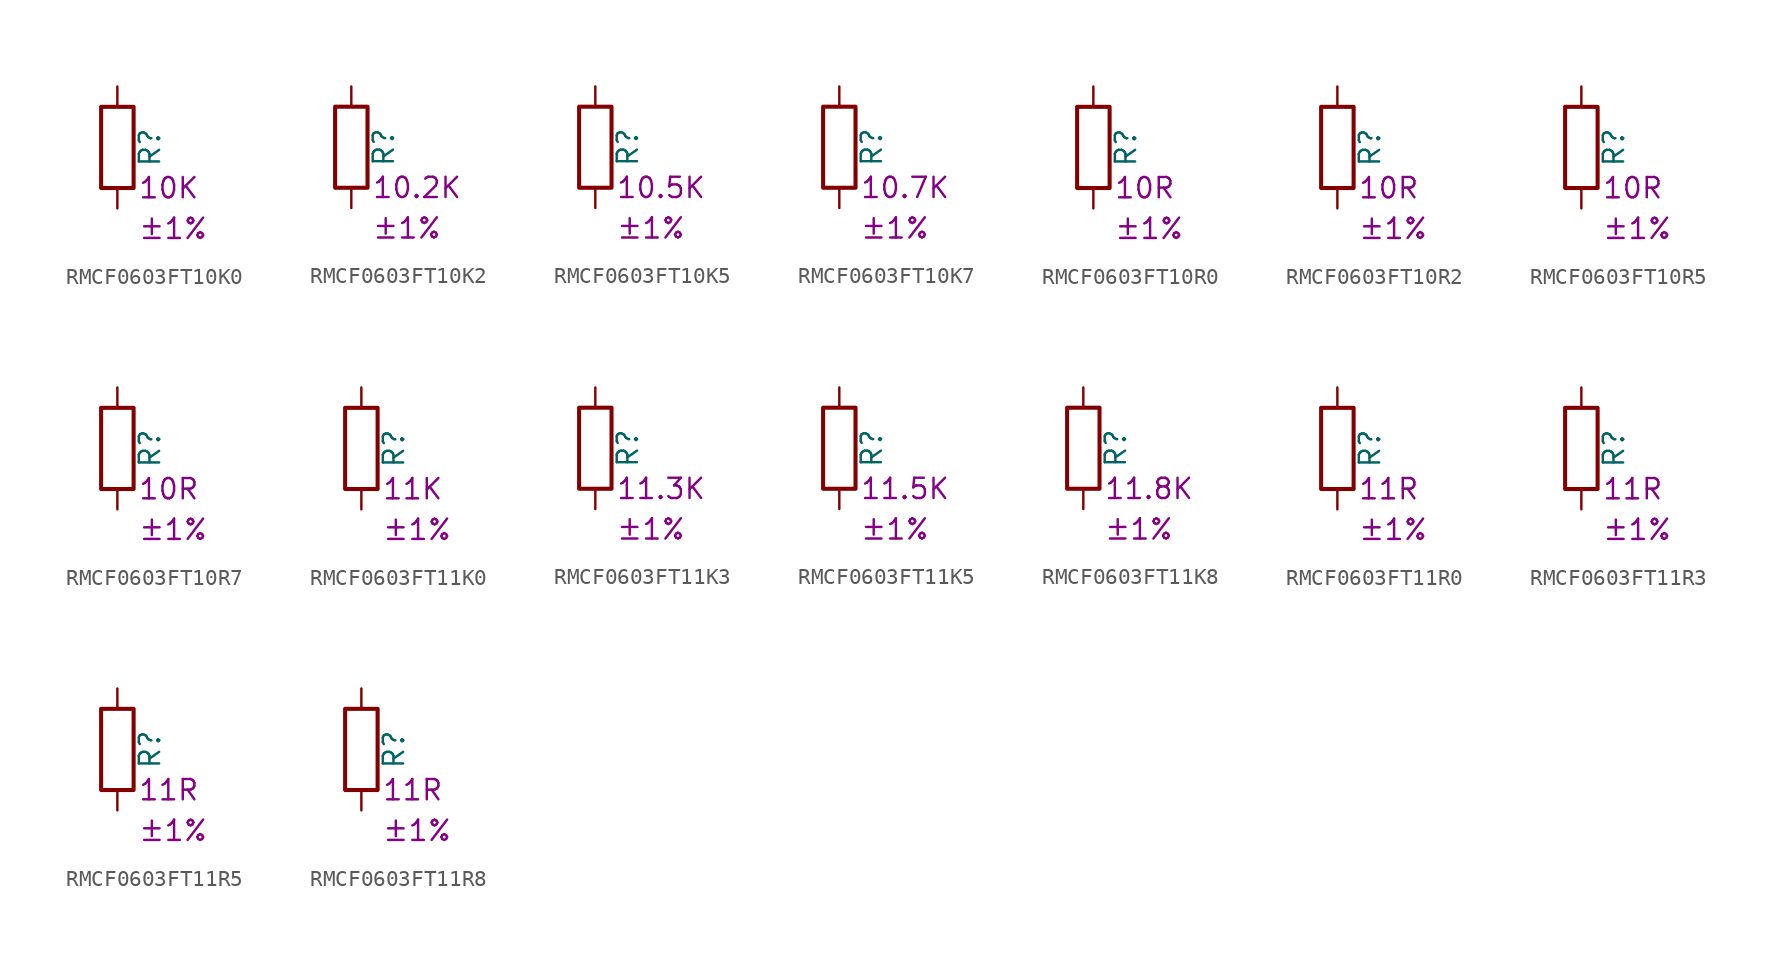
<source format=kicad_sym>
(kicad_symbol_lib
  (version 20220914)
  (generator kicad_symbol_editor)
  (symbol "RMCF0603FT10K0"
    (pin_numbers hide)
    (pin_names
      (offset 0))
    (property "Reference" "R"
      (at 2.032 0 90)
      (effects (font (size 1.27 1.27))))
    (property "Resistance" "10K"
      (at 1.27 -2.54 0)
      (effects (font (size 1.27 1.27)) (justify left)))
    (property "Tolerance" "±1%"
      (at 1.27 -5.08 0)
      (effects (font (size 1.27 1.27)) (justify left)))
    (symbol "RMCF0603FT10K0_0_1"
      (rectangle (start -1.016 -2.54) (end 1.016 2.54) (stroke (width 0.254) (type default)) (fill (type none))))
    (symbol "RMCF0603FT10K0_1_1"
      (pin passive line (at 0 3.81 270) (length 1.27) (name "~" (effects (font (size 1.27 1.27)))) (number "1" (effects (font (size 1.27 1.27)))))
      (pin passive line (at 0 -3.81 90) (length 1.27) (name "~" (effects (font (size 1.27 1.27)))) (number "2" (effects (font (size 1.27 1.27)))))))
  (symbol "RMCF0603FT10K2"
    (pin_numbers hide)
    (pin_names
      (offset 0))
    (property "Reference" "R"
      (at 2.032 0 90)
      (effects (font (size 1.27 1.27))))
    (property "Resistance" "10.2K"
      (at 1.27 -2.54 0)
      (effects (font (size 1.27 1.27)) (justify left)))
    (property "Tolerance" "±1%"
      (at 1.27 -5.08 0)
      (effects (font (size 1.27 1.27)) (justify left)))
    (symbol "RMCF0603FT10K2_0_1"
      (rectangle (start -1.016 -2.54) (end 1.016 2.54) (stroke (width 0.254) (type default)) (fill (type none))))
    (symbol "RMCF0603FT10K2_1_1"
      (pin passive line (at 0 3.81 270) (length 1.27) (name "~" (effects (font (size 1.27 1.27)))) (number "1" (effects (font (size 1.27 1.27)))))
      (pin passive line (at 0 -3.81 90) (length 1.27) (name "~" (effects (font (size 1.27 1.27)))) (number "2" (effects (font (size 1.27 1.27)))))))
  (symbol "RMCF0603FT10K5"
    (pin_numbers hide)
    (pin_names
      (offset 0))
    (property "Reference" "R"
      (at 2.032 0 90)
      (effects (font (size 1.27 1.27))))
    (property "Resistance" "10.5K"
      (at 1.27 -2.54 0)
      (effects (font (size 1.27 1.27)) (justify left)))
    (property "Tolerance" "±1%"
      (at 1.27 -5.08 0)
      (effects (font (size 1.27 1.27)) (justify left)))
    (symbol "RMCF0603FT10K5_0_1"
      (rectangle (start -1.016 -2.54) (end 1.016 2.54) (stroke (width 0.254) (type default)) (fill (type none))))
    (symbol "RMCF0603FT10K5_1_1"
      (pin passive line (at 0 3.81 270) (length 1.27) (name "~" (effects (font (size 1.27 1.27)))) (number "1" (effects (font (size 1.27 1.27)))))
      (pin passive line (at 0 -3.81 90) (length 1.27) (name "~" (effects (font (size 1.27 1.27)))) (number "2" (effects (font (size 1.27 1.27)))))))
  (symbol "RMCF0603FT10K7"
    (pin_numbers hide)
    (pin_names
      (offset 0))
    (property "Reference" "R"
      (at 2.032 0 90)
      (effects (font (size 1.27 1.27))))
    (property "Resistance" "10.7K"
      (at 1.27 -2.54 0)
      (effects (font (size 1.27 1.27)) (justify left)))
    (property "Tolerance" "±1%"
      (at 1.27 -5.08 0)
      (effects (font (size 1.27 1.27)) (justify left)))
    (symbol "RMCF0603FT10K7_0_1"
      (rectangle (start -1.016 -2.54) (end 1.016 2.54) (stroke (width 0.254) (type default)) (fill (type none))))
    (symbol "RMCF0603FT10K7_1_1"
      (pin passive line (at 0 3.81 270) (length 1.27) (name "~" (effects (font (size 1.27 1.27)))) (number "1" (effects (font (size 1.27 1.27)))))
      (pin passive line (at 0 -3.81 90) (length 1.27) (name "~" (effects (font (size 1.27 1.27)))) (number "2" (effects (font (size 1.27 1.27)))))))
  (symbol "RMCF0603FT10R0"
    (pin_numbers hide)
    (pin_names
      (offset 0))
    (property "Reference" "R"
      (at 2.032 0 90)
      (effects (font (size 1.27 1.27))))
    (property "Resistance" "10R"
      (at 1.27 -2.54 0)
      (effects (font (size 1.27 1.27)) (justify left)))
    (property "Tolerance" "±1%"
      (at 1.27 -5.08 0)
      (effects (font (size 1.27 1.27)) (justify left)))
    (symbol "RMCF0603FT10R0_0_1"
      (rectangle (start -1.016 -2.54) (end 1.016 2.54) (stroke (width 0.254) (type default)) (fill (type none))))
    (symbol "RMCF0603FT10R0_1_1"
      (pin passive line (at 0 3.81 270) (length 1.27) (name "~" (effects (font (size 1.27 1.27)))) (number "1" (effects (font (size 1.27 1.27)))))
      (pin passive line (at 0 -3.81 90) (length 1.27) (name "~" (effects (font (size 1.27 1.27)))) (number "2" (effects (font (size 1.27 1.27)))))))
  (symbol "RMCF0603FT10R2"
    (pin_numbers hide)
    (pin_names
      (offset 0))
    (property "Reference" "R"
      (at 2.032 0 90)
      (effects (font (size 1.27 1.27))))
    (property "Resistance" "10R"
      (at 1.27 -2.54 0)
      (effects (font (size 1.27 1.27)) (justify left)))
    (property "Tolerance" "±1%"
      (at 1.27 -5.08 0)
      (effects (font (size 1.27 1.27)) (justify left)))
    (symbol "RMCF0603FT10R2_0_1"
      (rectangle (start -1.016 -2.54) (end 1.016 2.54) (stroke (width 0.254) (type default)) (fill (type none))))
    (symbol "RMCF0603FT10R2_1_1"
      (pin passive line (at 0 3.81 270) (length 1.27) (name "~" (effects (font (size 1.27 1.27)))) (number "1" (effects (font (size 1.27 1.27)))))
      (pin passive line (at 0 -3.81 90) (length 1.27) (name "~" (effects (font (size 1.27 1.27)))) (number "2" (effects (font (size 1.27 1.27)))))))
  (symbol "RMCF0603FT10R5"
    (pin_numbers hide)
    (pin_names
      (offset 0))
    (property "Reference" "R"
      (at 2.032 0 90)
      (effects (font (size 1.27 1.27))))
    (property "Resistance" "10R"
      (at 1.27 -2.54 0)
      (effects (font (size 1.27 1.27)) (justify left)))
    (property "Tolerance" "±1%"
      (at 1.27 -5.08 0)
      (effects (font (size 1.27 1.27)) (justify left)))
    (symbol "RMCF0603FT10R5_0_1"
      (rectangle (start -1.016 -2.54) (end 1.016 2.54) (stroke (width 0.254) (type default)) (fill (type none))))
    (symbol "RMCF0603FT10R5_1_1"
      (pin passive line (at 0 3.81 270) (length 1.27) (name "~" (effects (font (size 1.27 1.27)))) (number "1" (effects (font (size 1.27 1.27)))))
      (pin passive line (at 0 -3.81 90) (length 1.27) (name "~" (effects (font (size 1.27 1.27)))) (number "2" (effects (font (size 1.27 1.27)))))))
  (symbol "RMCF0603FT10R7"
    (pin_numbers hide)
    (pin_names
      (offset 0))
    (property "Reference" "R"
      (at 2.032 0 90)
      (effects (font (size 1.27 1.27))))
    (property "Resistance" "10R"
      (at 1.27 -2.54 0)
      (effects (font (size 1.27 1.27)) (justify left)))
    (property "Tolerance" "±1%"
      (at 1.27 -5.08 0)
      (effects (font (size 1.27 1.27)) (justify left)))
    (symbol "RMCF0603FT10R7_0_1"
      (rectangle (start -1.016 -2.54) (end 1.016 2.54) (stroke (width 0.254) (type default)) (fill (type none))))
    (symbol "RMCF0603FT10R7_1_1"
      (pin passive line (at 0 3.81 270) (length 1.27) (name "~" (effects (font (size 1.27 1.27)))) (number "1" (effects (font (size 1.27 1.27)))))
      (pin passive line (at 0 -3.81 90) (length 1.27) (name "~" (effects (font (size 1.27 1.27)))) (number "2" (effects (font (size 1.27 1.27)))))))
  (symbol "RMCF0603FT11K0"
    (pin_numbers hide)
    (pin_names
      (offset 0))
    (property "Reference" "R"
      (at 2.032 0 90)
      (effects (font (size 1.27 1.27))))
    (property "Resistance" "11K"
      (at 1.27 -2.54 0)
      (effects (font (size 1.27 1.27)) (justify left)))
    (property "Tolerance" "±1%"
      (at 1.27 -5.08 0)
      (effects (font (size 1.27 1.27)) (justify left)))
    (symbol "RMCF0603FT11K0_0_1"
      (rectangle (start -1.016 -2.54) (end 1.016 2.54) (stroke (width 0.254) (type default)) (fill (type none))))
    (symbol "RMCF0603FT11K0_1_1"
      (pin passive line (at 0 3.81 270) (length 1.27) (name "~" (effects (font (size 1.27 1.27)))) (number "1" (effects (font (size 1.27 1.27)))))
      (pin passive line (at 0 -3.81 90) (length 1.27) (name "~" (effects (font (size 1.27 1.27)))) (number "2" (effects (font (size 1.27 1.27)))))))
  (symbol "RMCF0603FT11K3"
    (pin_numbers hide)
    (pin_names
      (offset 0))
    (property "Reference" "R"
      (at 2.032 0 90)
      (effects (font (size 1.27 1.27))))
    (property "Resistance" "11.3K"
      (at 1.27 -2.54 0)
      (effects (font (size 1.27 1.27)) (justify left)))
    (property "Tolerance" "±1%"
      (at 1.27 -5.08 0)
      (effects (font (size 1.27 1.27)) (justify left)))
    (symbol "RMCF0603FT11K3_0_1"
      (rectangle (start -1.016 -2.54) (end 1.016 2.54) (stroke (width 0.254) (type default)) (fill (type none))))
    (symbol "RMCF0603FT11K3_1_1"
      (pin passive line (at 0 3.81 270) (length 1.27) (name "~" (effects (font (size 1.27 1.27)))) (number "1" (effects (font (size 1.27 1.27)))))
      (pin passive line (at 0 -3.81 90) (length 1.27) (name "~" (effects (font (size 1.27 1.27)))) (number "2" (effects (font (size 1.27 1.27)))))))
  (symbol "RMCF0603FT11K5"
    (pin_numbers hide)
    (pin_names
      (offset 0))
    (property "Reference" "R"
      (at 2.032 0 90)
      (effects (font (size 1.27 1.27))))
    (property "Resistance" "11.5K"
      (at 1.27 -2.54 0)
      (effects (font (size 1.27 1.27)) (justify left)))
    (property "Tolerance" "±1%"
      (at 1.27 -5.08 0)
      (effects (font (size 1.27 1.27)) (justify left)))
    (symbol "RMCF0603FT11K5_0_1"
      (rectangle (start -1.016 -2.54) (end 1.016 2.54) (stroke (width 0.254) (type default)) (fill (type none))))
    (symbol "RMCF0603FT11K5_1_1"
      (pin passive line (at 0 3.81 270) (length 1.27) (name "~" (effects (font (size 1.27 1.27)))) (number "1" (effects (font (size 1.27 1.27)))))
      (pin passive line (at 0 -3.81 90) (length 1.27) (name "~" (effects (font (size 1.27 1.27)))) (number "2" (effects (font (size 1.27 1.27)))))))
  (symbol "RMCF0603FT11K8"
    (pin_numbers hide)
    (pin_names
      (offset 0))
    (property "Reference" "R"
      (at 2.032 0 90)
      (effects (font (size 1.27 1.27))))
    (property "Resistance" "11.8K"
      (at 1.27 -2.54 0)
      (effects (font (size 1.27 1.27)) (justify left)))
    (property "Tolerance" "±1%"
      (at 1.27 -5.08 0)
      (effects (font (size 1.27 1.27)) (justify left)))
    (symbol "RMCF0603FT11K8_0_1"
      (rectangle (start -1.016 -2.54) (end 1.016 2.54) (stroke (width 0.254) (type default)) (fill (type none))))
    (symbol "RMCF0603FT11K8_1_1"
      (pin passive line (at 0 3.81 270) (length 1.27) (name "~" (effects (font (size 1.27 1.27)))) (number "1" (effects (font (size 1.27 1.27)))))
      (pin passive line (at 0 -3.81 90) (length 1.27) (name "~" (effects (font (size 1.27 1.27)))) (number "2" (effects (font (size 1.27 1.27)))))))
  (symbol "RMCF0603FT11R0"
    (pin_numbers hide)
    (pin_names
      (offset 0))
    (property "Reference" "R"
      (at 2.032 0 90)
      (effects (font (size 1.27 1.27))))
    (property "Resistance" "11R"
      (at 1.27 -2.54 0)
      (effects (font (size 1.27 1.27)) (justify left)))
    (property "Tolerance" "±1%"
      (at 1.27 -5.08 0)
      (effects (font (size 1.27 1.27)) (justify left)))
    (symbol "RMCF0603FT11R0_0_1"
      (rectangle (start -1.016 -2.54) (end 1.016 2.54) (stroke (width 0.254) (type default)) (fill (type none))))
    (symbol "RMCF0603FT11R0_1_1"
      (pin passive line (at 0 3.81 270) (length 1.27) (name "~" (effects (font (size 1.27 1.27)))) (number "1" (effects (font (size 1.27 1.27)))))
      (pin passive line (at 0 -3.81 90) (length 1.27) (name "~" (effects (font (size 1.27 1.27)))) (number "2" (effects (font (size 1.27 1.27)))))))
  (symbol "RMCF0603FT11R3"
    (pin_numbers hide)
    (pin_names
      (offset 0))
    (property "Reference" "R"
      (at 2.032 0 90)
      (effects (font (size 1.27 1.27))))
    (property "Resistance" "11R"
      (at 1.27 -2.54 0)
      (effects (font (size 1.27 1.27)) (justify left)))
    (property "Tolerance" "±1%"
      (at 1.27 -5.08 0)
      (effects (font (size 1.27 1.27)) (justify left)))
    (symbol "RMCF0603FT11R3_0_1"
      (rectangle (start -1.016 -2.54) (end 1.016 2.54) (stroke (width 0.254) (type default)) (fill (type none))))
    (symbol "RMCF0603FT11R3_1_1"
      (pin passive line (at 0 3.81 270) (length 1.27) (name "~" (effects (font (size 1.27 1.27)))) (number "1" (effects (font (size 1.27 1.27)))))
      (pin passive line (at 0 -3.81 90) (length 1.27) (name "~" (effects (font (size 1.27 1.27)))) (number "2" (effects (font (size 1.27 1.27)))))))
  (symbol "RMCF0603FT11R5"
    (pin_numbers hide)
    (pin_names
      (offset 0))
    (property "Reference" "R"
      (at 2.032 0 90)
      (effects (font (size 1.27 1.27))))
    (property "Resistance" "11R"
      (at 1.27 -2.54 0)
      (effects (font (size 1.27 1.27)) (justify left)))
    (property "Tolerance" "±1%"
      (at 1.27 -5.08 0)
      (effects (font (size 1.27 1.27)) (justify left)))
    (symbol "RMCF0603FT11R5_0_1"
      (rectangle (start -1.016 -2.54) (end 1.016 2.54) (stroke (width 0.254) (type default)) (fill (type none))))
    (symbol "RMCF0603FT11R5_1_1"
      (pin passive line (at 0 3.81 270) (length 1.27) (name "~" (effects (font (size 1.27 1.27)))) (number "1" (effects (font (size 1.27 1.27)))))
      (pin passive line (at 0 -3.81 90) (length 1.27) (name "~" (effects (font (size 1.27 1.27)))) (number "2" (effects (font (size 1.27 1.27)))))))
  (symbol "RMCF0603FT11R8"
    (pin_numbers hide)
    (pin_names
      (offset 0))
    (property "Reference" "R"
      (at 2.032 0 90)
      (effects (font (size 1.27 1.27))))
    (property "Resistance" "11R"
      (at 1.27 -2.54 0)
      (effects (font (size 1.27 1.27)) (justify left)))
    (property "Tolerance" "±1%"
      (at 1.27 -5.08 0)
      (effects (font (size 1.27 1.27)) (justify left)))
    (symbol "RMCF0603FT11R8_0_1"
      (rectangle (start -1.016 -2.54) (end 1.016 2.54) (stroke (width 0.254) (type default)) (fill (type none))))
    (symbol "RMCF0603FT11R8_1_1"
      (pin passive line (at 0 3.81 270) (length 1.27) (name "~" (effects (font (size 1.27 1.27)))) (number "1" (effects (font (size 1.27 1.27)))))
      (pin passive line (at 0 -3.81 90) (length 1.27) (name "~" (effects (font (size 1.27 1.27)))) (number "2" (effects (font (size 1.27 1.27))))))))
</source>
